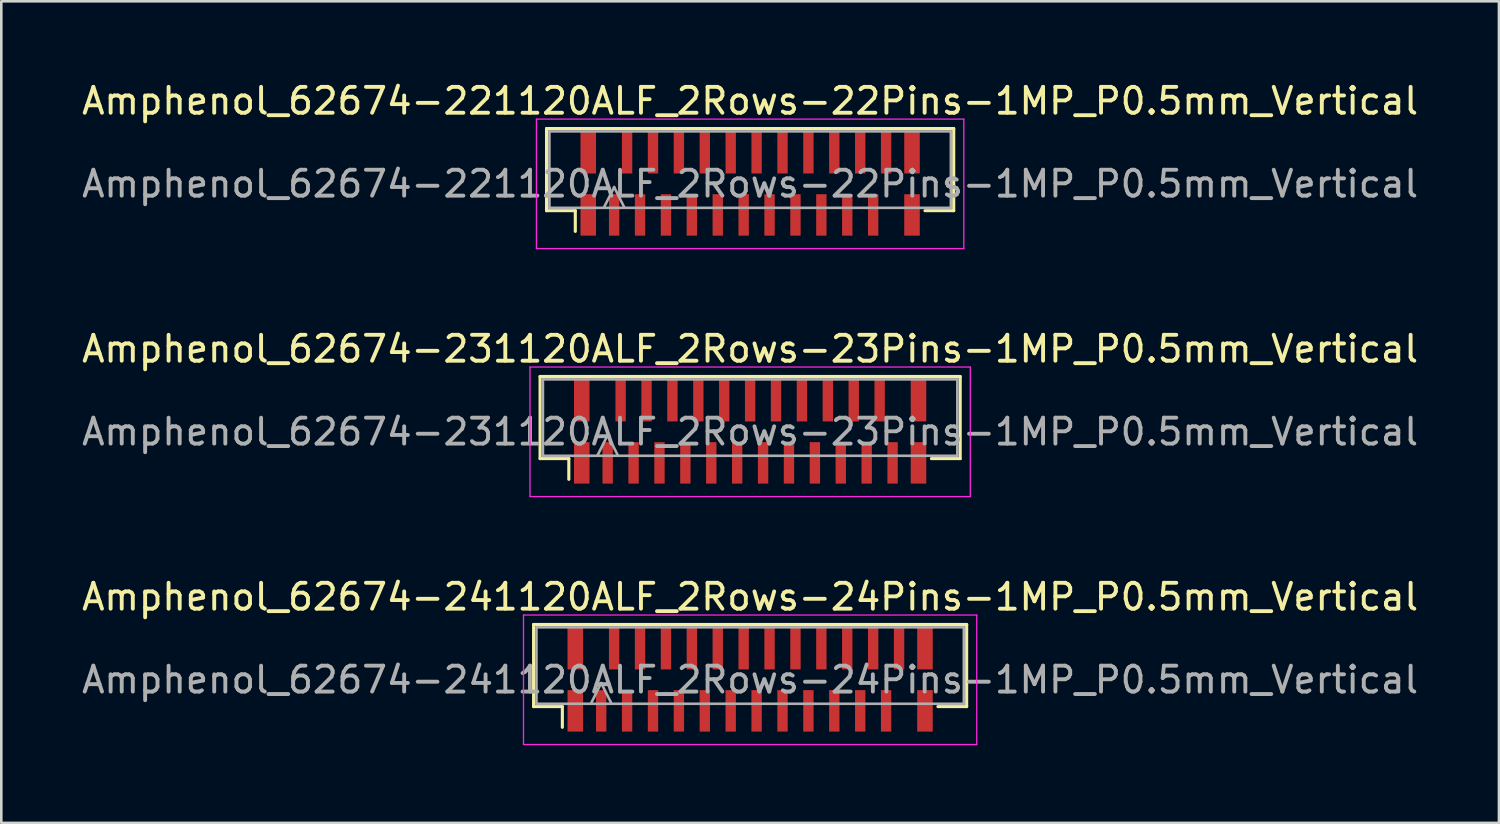
<source format=kicad_pcb>
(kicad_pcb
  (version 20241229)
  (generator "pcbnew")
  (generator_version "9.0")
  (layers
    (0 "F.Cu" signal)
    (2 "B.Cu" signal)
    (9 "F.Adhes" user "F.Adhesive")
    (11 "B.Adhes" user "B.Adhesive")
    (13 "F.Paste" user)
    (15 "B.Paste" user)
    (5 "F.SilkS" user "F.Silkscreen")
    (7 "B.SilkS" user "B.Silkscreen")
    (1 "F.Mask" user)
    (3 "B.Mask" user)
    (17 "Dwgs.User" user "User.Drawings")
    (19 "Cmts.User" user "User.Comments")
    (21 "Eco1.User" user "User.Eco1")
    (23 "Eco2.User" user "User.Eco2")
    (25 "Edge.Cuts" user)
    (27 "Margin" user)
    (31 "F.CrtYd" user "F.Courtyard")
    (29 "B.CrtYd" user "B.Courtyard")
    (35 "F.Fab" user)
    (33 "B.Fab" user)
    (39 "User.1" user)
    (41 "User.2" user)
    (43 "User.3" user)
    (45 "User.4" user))
  (footprint "Amphenol_62674-241120ALF_2Rows-24Pins-1MP_P0.5mm_Vertical"
    (layer "F.Cu")
    (at 25.911 23.195)
    (property "Reference" "Amphenol_62674-241120ALF_2Rows-24Pins-1MP_P0.5mm_Vertical" (at 0 -3.2 0) (layer "F.SilkS") (effects (font (size 1 1) (thickness 0.15))))
    (attr smd)
    (fp_line (start -8.36 -2.135) (end -8.36 1.035) (stroke (width 0.12) (type solid)) (layer "F.SilkS"))
    (fp_line (start -8.36 1.035) (end -7.25 1.035) (stroke (width 0.12) (type solid)) (layer "F.SilkS"))
    (fp_line (start -7.25 1.035) (end -7.25 1.835) (stroke (width 0.12) (type solid)) (layer "F.SilkS"))
    (fp_line (start 7.25 1.035) (end 8.36 1.035) (stroke (width 0.12) (type solid)) (layer "F.SilkS"))
    (fp_line (start 8.36 -2.135) (end -8.36 -2.135) (stroke (width 0.12) (type solid)) (layer "F.SilkS"))
    (fp_line (start 8.36 1.035) (end 8.36 -2.135) (stroke (width 0.12) (type solid)) (layer "F.SilkS"))
    (fp_line (start -8.75 -2.5) (end 8.75 -2.5) (stroke (width 0.05) (type solid)) (layer "F.CrtYd"))
    (fp_line (start -8.75 2.5) (end -8.75 -2.5) (stroke (width 0.05) (type solid)) (layer "F.CrtYd"))
    (fp_line (start 8.75 -2.5) (end 8.75 2.5) (stroke (width 0.05) (type solid)) (layer "F.CrtYd"))
    (fp_line (start 8.75 2.5) (end -8.75 2.5) (stroke (width 0.05) (type solid)) (layer "F.CrtYd"))
    (fp_line (start -8.25 -2.025) (end -8.25 0.925) (stroke (width 0.1) (type solid)) (layer "F.Fab"))
    (fp_line (start -8.25 0.925) (end 8.25 0.925) (stroke (width 0.1) (type solid)) (layer "F.Fab"))
    (fp_line (start -6.15 0.925) (end -5.75 0.125) (stroke (width 0.1) (type solid)) (layer "F.Fab"))
    (fp_line (start -5.75 0.125) (end -5.35 0.925) (stroke (width 0.1) (type solid)) (layer "F.Fab"))
    (fp_line (start 8.25 -2.025) (end -8.25 -2.025) (stroke (width 0.1) (type solid)) (layer "F.Fab"))
    (fp_line (start 8.25 0.925) (end 8.25 -2.025) (stroke (width 0.1) (type solid)) (layer "F.Fab"))
    (fp_text user "${REFERENCE}" (at 0 0 0) (layer "F.Fab") (effects (font (size 1 1) (thickness 0.15))))
    (pad "1" smd rect (at -5.75 1.2) (size 0.4 1.6) (layers "F.Cu" "F.Mask" "F.Paste"))
    (pad "2" smd rect (at -5.25 -1.2) (size 0.4 1.6) (layers "F.Cu" "F.Mask" "F.Paste"))
    (pad "3" smd rect (at -4.75 1.2) (size 0.4 1.6) (layers "F.Cu" "F.Mask" "F.Paste"))
    (pad "4" smd rect (at -4.25 -1.2) (size 0.4 1.6) (layers "F.Cu" "F.Mask" "F.Paste"))
    (pad "5" smd rect (at -3.75 1.2) (size 0.4 1.6) (layers "F.Cu" "F.Mask" "F.Paste"))
    (pad "6" smd rect (at -3.25 -1.2) (size 0.4 1.6) (layers "F.Cu" "F.Mask" "F.Paste"))
    (pad "7" smd rect (at -2.75 1.2) (size 0.4 1.6) (layers "F.Cu" "F.Mask" "F.Paste"))
    (pad "8" smd rect (at -2.25 -1.2) (size 0.4 1.6) (layers "F.Cu" "F.Mask" "F.Paste"))
    (pad "9" smd rect (at -1.75 1.2) (size 0.4 1.6) (layers "F.Cu" "F.Mask" "F.Paste"))
    (pad "10" smd rect (at -1.25 -1.2) (size 0.4 1.6) (layers "F.Cu" "F.Mask" "F.Paste"))
    (pad "11" smd rect (at -0.75 1.2) (size 0.4 1.6) (layers "F.Cu" "F.Mask" "F.Paste"))
    (pad "12" smd rect (at -0.25 -1.2) (size 0.4 1.6) (layers "F.Cu" "F.Mask" "F.Paste"))
    (pad "13" smd rect (at 0.25 1.2) (size 0.4 1.6) (layers "F.Cu" "F.Mask" "F.Paste"))
    (pad "14" smd rect (at 0.75 -1.2) (size 0.4 1.6) (layers "F.Cu" "F.Mask" "F.Paste"))
    (pad "15" smd rect (at 1.25 1.2) (size 0.4 1.6) (layers "F.Cu" "F.Mask" "F.Paste"))
    (pad "16" smd rect (at 1.75 -1.2) (size 0.4 1.6) (layers "F.Cu" "F.Mask" "F.Paste"))
    (pad "17" smd rect (at 2.25 1.2) (size 0.4 1.6) (layers "F.Cu" "F.Mask" "F.Paste"))
    (pad "18" smd rect (at 2.75 -1.2) (size 0.4 1.6) (layers "F.Cu" "F.Mask" "F.Paste"))
    (pad "19" smd rect (at 3.25 1.2) (size 0.4 1.6) (layers "F.Cu" "F.Mask" "F.Paste"))
    (pad "20" smd rect (at 3.75 -1.2) (size 0.4 1.6) (layers "F.Cu" "F.Mask" "F.Paste"))
    (pad "21" smd rect (at 4.25 1.2) (size 0.4 1.6) (layers "F.Cu" "F.Mask" "F.Paste"))
    (pad "22" smd rect (at 4.75 -1.2) (size 0.4 1.6) (layers "F.Cu" "F.Mask" "F.Paste"))
    (pad "23" smd rect (at 5.25 1.2) (size 0.4 1.6) (layers "F.Cu" "F.Mask" "F.Paste"))
    (pad "24" smd rect (at 5.75 -1.2) (size 0.4 1.6) (layers "F.Cu" "F.Mask" "F.Paste"))
    (pad "MP" smd rect (at -6.75 -1.2) (size 0.6 1.6) (layers "F.Cu" "F.Mask" "F.Paste"))
    (pad "MP" smd rect (at -6.75 1.2) (size 0.6 1.6) (layers "F.Cu" "F.Mask" "F.Paste"))
    (pad "MP" smd rect (at 6.75 -1.2) (size 0.6 1.6) (layers "F.Cu" "F.Mask" "F.Paste"))
    (pad "MP" smd rect (at 6.75 1.2) (size 0.6 1.6) (layers "F.Cu" "F.Mask" "F.Paste")))
  (footprint "Amphenol_62674-231120ALF_2Rows-23Pins-1MP_P0.5mm_Vertical"
    (layer "F.Cu")
    (at 25.911 13.621)
    (property "Reference" "Amphenol_62674-231120ALF_2Rows-23Pins-1MP_P0.5mm_Vertical" (at 0 -3.2 0) (layer "F.SilkS") (effects (font (size 1 1) (thickness 0.15))))
    (attr smd)
    (fp_line (start -8.11 -2.135) (end -8.11 1.035) (stroke (width 0.12) (type solid)) (layer "F.SilkS"))
    (fp_line (start -8.11 1.035) (end -7 1.035) (stroke (width 0.12) (type solid)) (layer "F.SilkS"))
    (fp_line (start -7 1.035) (end -7 1.835) (stroke (width 0.12) (type solid)) (layer "F.SilkS"))
    (fp_line (start 7 1.035) (end 8.11 1.035) (stroke (width 0.12) (type solid)) (layer "F.SilkS"))
    (fp_line (start 8.11 -2.135) (end -8.11 -2.135) (stroke (width 0.12) (type solid)) (layer "F.SilkS"))
    (fp_line (start 8.11 1.035) (end 8.11 -2.135) (stroke (width 0.12) (type solid)) (layer "F.SilkS"))
    (fp_line (start -8.5 -2.5) (end 8.5 -2.5) (stroke (width 0.05) (type solid)) (layer "F.CrtYd"))
    (fp_line (start -8.5 2.5) (end -8.5 -2.5) (stroke (width 0.05) (type solid)) (layer "F.CrtYd"))
    (fp_line (start 8.5 -2.5) (end 8.5 2.5) (stroke (width 0.05) (type solid)) (layer "F.CrtYd"))
    (fp_line (start 8.5 2.5) (end -8.5 2.5) (stroke (width 0.05) (type solid)) (layer "F.CrtYd"))
    (fp_line (start -8 -2.025) (end -8 0.925) (stroke (width 0.1) (type solid)) (layer "F.Fab"))
    (fp_line (start -8 0.925) (end 8 0.925) (stroke (width 0.1) (type solid)) (layer "F.Fab"))
    (fp_line (start -5.9 0.925) (end -5.5 0.125) (stroke (width 0.1) (type solid)) (layer "F.Fab"))
    (fp_line (start -5.5 0.125) (end -5.1 0.925) (stroke (width 0.1) (type solid)) (layer "F.Fab"))
    (fp_line (start 8 -2.025) (end -8 -2.025) (stroke (width 0.1) (type solid)) (layer "F.Fab"))
    (fp_line (start 8 0.925) (end 8 -2.025) (stroke (width 0.1) (type solid)) (layer "F.Fab"))
    (fp_text user "${REFERENCE}" (at 0 0 0) (layer "F.Fab") (effects (font (size 1 1) (thickness 0.15))))
    (pad "1" smd rect (at -5.5 1.2) (size 0.4 1.6) (layers "F.Cu" "F.Mask" "F.Paste"))
    (pad "2" smd rect (at -5 -1.2) (size 0.4 1.6) (layers "F.Cu" "F.Mask" "F.Paste"))
    (pad "3" smd rect (at -4.5 1.2) (size 0.4 1.6) (layers "F.Cu" "F.Mask" "F.Paste"))
    (pad "4" smd rect (at -4 -1.2) (size 0.4 1.6) (layers "F.Cu" "F.Mask" "F.Paste"))
    (pad "5" smd rect (at -3.5 1.2) (size 0.4 1.6) (layers "F.Cu" "F.Mask" "F.Paste"))
    (pad "6" smd rect (at -3 -1.2) (size 0.4 1.6) (layers "F.Cu" "F.Mask" "F.Paste"))
    (pad "7" smd rect (at -2.5 1.2) (size 0.4 1.6) (layers "F.Cu" "F.Mask" "F.Paste"))
    (pad "8" smd rect (at -2 -1.2) (size 0.4 1.6) (layers "F.Cu" "F.Mask" "F.Paste"))
    (pad "9" smd rect (at -1.5 1.2) (size 0.4 1.6) (layers "F.Cu" "F.Mask" "F.Paste"))
    (pad "10" smd rect (at -1 -1.2) (size 0.4 1.6) (layers "F.Cu" "F.Mask" "F.Paste"))
    (pad "11" smd rect (at -0.5 1.2) (size 0.4 1.6) (layers "F.Cu" "F.Mask" "F.Paste"))
    (pad "12" smd rect (at 0 -1.2) (size 0.4 1.6) (layers "F.Cu" "F.Mask" "F.Paste"))
    (pad "13" smd rect (at 0.5 1.2) (size 0.4 1.6) (layers "F.Cu" "F.Mask" "F.Paste"))
    (pad "14" smd rect (at 1 -1.2) (size 0.4 1.6) (layers "F.Cu" "F.Mask" "F.Paste"))
    (pad "15" smd rect (at 1.5 1.2) (size 0.4 1.6) (layers "F.Cu" "F.Mask" "F.Paste"))
    (pad "16" smd rect (at 2 -1.2) (size 0.4 1.6) (layers "F.Cu" "F.Mask" "F.Paste"))
    (pad "17" smd rect (at 2.5 1.2) (size 0.4 1.6) (layers "F.Cu" "F.Mask" "F.Paste"))
    (pad "18" smd rect (at 3 -1.2) (size 0.4 1.6) (layers "F.Cu" "F.Mask" "F.Paste"))
    (pad "19" smd rect (at 3.5 1.2) (size 0.4 1.6) (layers "F.Cu" "F.Mask" "F.Paste"))
    (pad "20" smd rect (at 4 -1.2) (size 0.4 1.6) (layers "F.Cu" "F.Mask" "F.Paste"))
    (pad "21" smd rect (at 4.5 1.2) (size 0.4 1.6) (layers "F.Cu" "F.Mask" "F.Paste"))
    (pad "22" smd rect (at 5 -1.2) (size 0.4 1.6) (layers "F.Cu" "F.Mask" "F.Paste"))
    (pad "23" smd rect (at 5.5 1.2) (size 0.4 1.6) (layers "F.Cu" "F.Mask" "F.Paste"))
    (pad "MP" smd rect (at -6.5 -1.2) (size 0.6 1.6) (layers "F.Cu" "F.Mask" "F.Paste"))
    (pad "MP" smd rect (at -6.5 1.2) (size 0.6 1.6) (layers "F.Cu" "F.Mask" "F.Paste"))
    (pad "MP" smd rect (at 6.5 -1.2) (size 0.6 1.6) (layers "F.Cu" "F.Mask" "F.Paste"))
    (pad "MP" smd rect (at 6.5 1.2) (size 0.6 1.6) (layers "F.Cu" "F.Mask" "F.Paste")))
  (footprint "Amphenol_62674-221120ALF_2Rows-22Pins-1MP_P0.5mm_Vertical"
    (layer "F.Cu")
    (at 25.911 4.048)
    (property "Reference" "Amphenol_62674-221120ALF_2Rows-22Pins-1MP_P0.5mm_Vertical" (at 0 -3.2 0) (layer "F.SilkS") (effects (font (size 1 1) (thickness 0.15))))
    (attr smd)
    (fp_line (start -7.86 -2.135) (end -7.86 1.035) (stroke (width 0.12) (type solid)) (layer "F.SilkS"))
    (fp_line (start -7.86 1.035) (end -6.75 1.035) (stroke (width 0.12) (type solid)) (layer "F.SilkS"))
    (fp_line (start -6.75 1.035) (end -6.75 1.835) (stroke (width 0.12) (type solid)) (layer "F.SilkS"))
    (fp_line (start 6.75 1.035) (end 7.86 1.035) (stroke (width 0.12) (type solid)) (layer "F.SilkS"))
    (fp_line (start 7.86 -2.135) (end -7.86 -2.135) (stroke (width 0.12) (type solid)) (layer "F.SilkS"))
    (fp_line (start 7.86 1.035) (end 7.86 -2.135) (stroke (width 0.12) (type solid)) (layer "F.SilkS"))
    (fp_line (start -8.25 -2.5) (end 8.25 -2.5) (stroke (width 0.05) (type solid)) (layer "F.CrtYd"))
    (fp_line (start -8.25 2.5) (end -8.25 -2.5) (stroke (width 0.05) (type solid)) (layer "F.CrtYd"))
    (fp_line (start 8.25 -2.5) (end 8.25 2.5) (stroke (width 0.05) (type solid)) (layer "F.CrtYd"))
    (fp_line (start 8.25 2.5) (end -8.25 2.5) (stroke (width 0.05) (type solid)) (layer "F.CrtYd"))
    (fp_line (start -7.75 -2.025) (end -7.75 0.925) (stroke (width 0.1) (type solid)) (layer "F.Fab"))
    (fp_line (start -7.75 0.925) (end 7.75 0.925) (stroke (width 0.1) (type solid)) (layer "F.Fab"))
    (fp_line (start -5.65 0.925) (end -5.25 0.125) (stroke (width 0.1) (type solid)) (layer "F.Fab"))
    (fp_line (start -5.25 0.125) (end -4.85 0.925) (stroke (width 0.1) (type solid)) (layer "F.Fab"))
    (fp_line (start 7.75 -2.025) (end -7.75 -2.025) (stroke (width 0.1) (type solid)) (layer "F.Fab"))
    (fp_line (start 7.75 0.925) (end 7.75 -2.025) (stroke (width 0.1) (type solid)) (layer "F.Fab"))
    (fp_text user "${REFERENCE}" (at 0 0 0) (layer "F.Fab") (effects (font (size 1 1) (thickness 0.15))))
    (pad "1" smd rect (at -5.25 1.2) (size 0.4 1.6) (layers "F.Cu" "F.Mask" "F.Paste"))
    (pad "2" smd rect (at -4.75 -1.2) (size 0.4 1.6) (layers "F.Cu" "F.Mask" "F.Paste"))
    (pad "3" smd rect (at -4.25 1.2) (size 0.4 1.6) (layers "F.Cu" "F.Mask" "F.Paste"))
    (pad "4" smd rect (at -3.75 -1.2) (size 0.4 1.6) (layers "F.Cu" "F.Mask" "F.Paste"))
    (pad "5" smd rect (at -3.25 1.2) (size 0.4 1.6) (layers "F.Cu" "F.Mask" "F.Paste"))
    (pad "6" smd rect (at -2.75 -1.2) (size 0.4 1.6) (layers "F.Cu" "F.Mask" "F.Paste"))
    (pad "7" smd rect (at -2.25 1.2) (size 0.4 1.6) (layers "F.Cu" "F.Mask" "F.Paste"))
    (pad "8" smd rect (at -1.75 -1.2) (size 0.4 1.6) (layers "F.Cu" "F.Mask" "F.Paste"))
    (pad "9" smd rect (at -1.25 1.2) (size 0.4 1.6) (layers "F.Cu" "F.Mask" "F.Paste"))
    (pad "10" smd rect (at -0.75 -1.2) (size 0.4 1.6) (layers "F.Cu" "F.Mask" "F.Paste"))
    (pad "11" smd rect (at -0.25 1.2) (size 0.4 1.6) (layers "F.Cu" "F.Mask" "F.Paste"))
    (pad "12" smd rect (at 0.25 -1.2) (size 0.4 1.6) (layers "F.Cu" "F.Mask" "F.Paste"))
    (pad "13" smd rect (at 0.75 1.2) (size 0.4 1.6) (layers "F.Cu" "F.Mask" "F.Paste"))
    (pad "14" smd rect (at 1.25 -1.2) (size 0.4 1.6) (layers "F.Cu" "F.Mask" "F.Paste"))
    (pad "15" smd rect (at 1.75 1.2) (size 0.4 1.6) (layers "F.Cu" "F.Mask" "F.Paste"))
    (pad "16" smd rect (at 2.25 -1.2) (size 0.4 1.6) (layers "F.Cu" "F.Mask" "F.Paste"))
    (pad "17" smd rect (at 2.75 1.2) (size 0.4 1.6) (layers "F.Cu" "F.Mask" "F.Paste"))
    (pad "18" smd rect (at 3.25 -1.2) (size 0.4 1.6) (layers "F.Cu" "F.Mask" "F.Paste"))
    (pad "19" smd rect (at 3.75 1.2) (size 0.4 1.6) (layers "F.Cu" "F.Mask" "F.Paste"))
    (pad "20" smd rect (at 4.25 -1.2) (size 0.4 1.6) (layers "F.Cu" "F.Mask" "F.Paste"))
    (pad "21" smd rect (at 4.75 1.2) (size 0.4 1.6) (layers "F.Cu" "F.Mask" "F.Paste"))
    (pad "22" smd rect (at 5.25 -1.2) (size 0.4 1.6) (layers "F.Cu" "F.Mask" "F.Paste"))
    (pad "MP" smd rect (at -6.25 -1.2) (size 0.6 1.6) (layers "F.Cu" "F.Mask" "F.Paste"))
    (pad "MP" smd rect (at -6.25 1.2) (size 0.6 1.6) (layers "F.Cu" "F.Mask" "F.Paste"))
    (pad "MP" smd rect (at 6.25 -1.2) (size 0.6 1.6) (layers "F.Cu" "F.Mask" "F.Paste"))
    (pad "MP" smd rect (at 6.25 1.2) (size 0.6 1.6) (layers "F.Cu" "F.Mask" "F.Paste")))
  (gr_rect
    (start -3 -3)
    (end 54.821 28.72)
    (stroke (width 0.1) (type default))
    (fill no)
    (layer "Edge.Cuts")))
</source>
